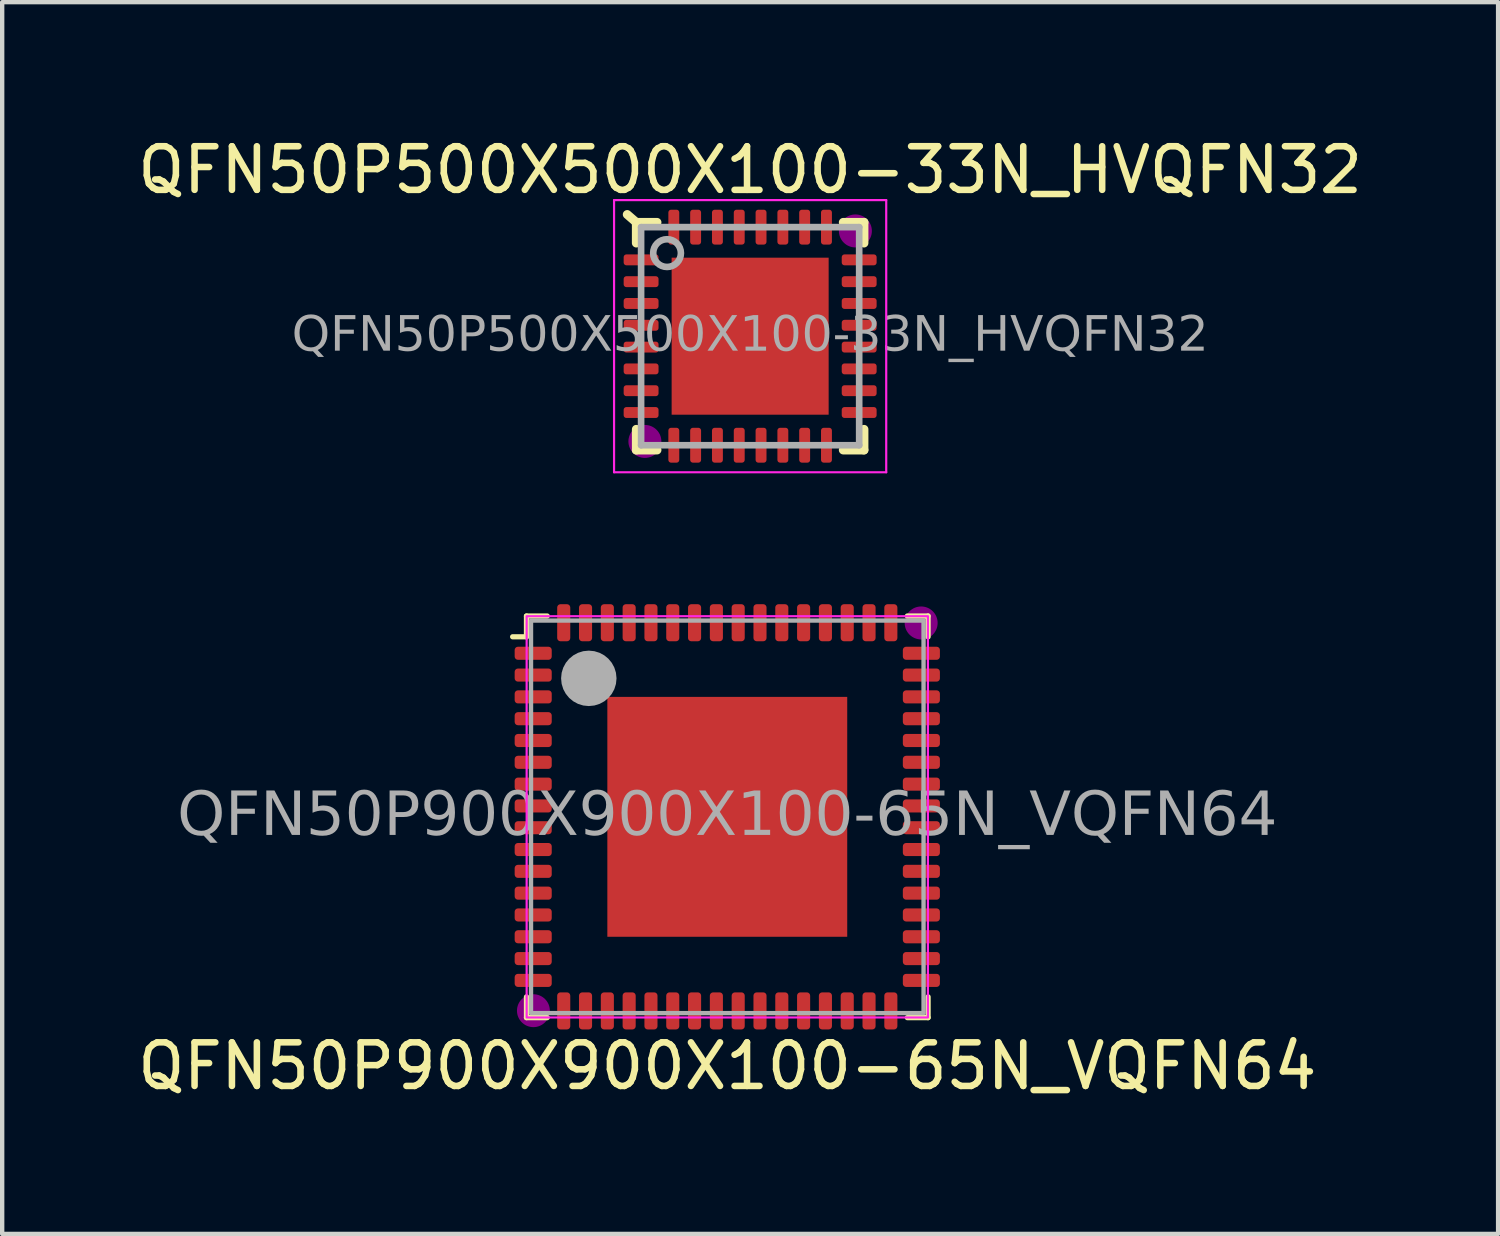
<source format=kicad_pcb>
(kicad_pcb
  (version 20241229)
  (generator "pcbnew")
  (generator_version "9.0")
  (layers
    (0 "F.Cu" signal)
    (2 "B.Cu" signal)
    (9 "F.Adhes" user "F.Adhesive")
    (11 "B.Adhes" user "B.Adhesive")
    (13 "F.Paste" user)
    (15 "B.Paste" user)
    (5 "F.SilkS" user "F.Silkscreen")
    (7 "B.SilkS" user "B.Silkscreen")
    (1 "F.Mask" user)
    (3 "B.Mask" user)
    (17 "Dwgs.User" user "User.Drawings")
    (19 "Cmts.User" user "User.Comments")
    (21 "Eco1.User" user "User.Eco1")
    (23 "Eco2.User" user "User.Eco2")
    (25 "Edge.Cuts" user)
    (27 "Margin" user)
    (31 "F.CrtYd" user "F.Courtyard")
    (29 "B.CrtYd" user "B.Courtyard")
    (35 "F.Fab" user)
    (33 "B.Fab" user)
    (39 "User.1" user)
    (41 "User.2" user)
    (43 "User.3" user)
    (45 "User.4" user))
  (footprint "QFN50P900X900X100-65N_VQFN64"
    (layer "F.Cu")
    (at 13.625 15.678)
    (property "Reference" "QFN50P900X900X100-65N_VQFN64" (at 0 5.715 0) (layer "F.SilkS") (effects (font (size 1 1) (thickness 0.15))))
    (attr smd)
    (fp_line (start -4.921 -4.128) (end -4.604 -4.128) (stroke (width 0.12) (type solid)) (layer "F.SilkS"))
    (fp_line (start -4.604 -4.128) (end -4.604 -4.604) (stroke (width 0.12) (type solid)) (layer "F.SilkS"))
    (fp_line (start -4.604 4.128) (end -4.604 4.604) (stroke (width 0.12) (type solid)) (layer "F.SilkS"))
    (fp_line (start -4.128 -4.604) (end -4.604 -4.604) (stroke (width 0.12) (type solid)) (layer "F.SilkS"))
    (fp_line (start -4.128 4.604) (end -4.604 4.604) (stroke (width 0.12) (type solid)) (layer "F.SilkS"))
    (fp_line (start 4.128 -4.604) (end 4.604 -4.604) (stroke (width 0.12) (type solid)) (layer "F.SilkS"))
    (fp_line (start 4.128 4.604) (end 4.604 4.604) (stroke (width 0.12) (type solid)) (layer "F.SilkS"))
    (fp_line (start 4.604 -4.128) (end 4.604 -4.604) (stroke (width 0.12) (type solid)) (layer "F.SilkS"))
    (fp_line (start 4.604 4.128) (end 4.604 4.604) (stroke (width 0.12) (type solid)) (layer "F.SilkS"))
    (fp_circle (center -4.445 4.445) (end -4.128 4.445) (stroke (width 0.12) (type solid)) (fill yes) (layer "F.Adhes"))
    (fp_circle (center 4.445 -4.445) (end 4.763 -4.445) (stroke (width 0.12) (type solid)) (fill yes) (layer "F.Adhes"))
    (fp_rect (start -4.6 -4.6) (end 4.6 4.6) (stroke (width 0.05) (type default)) (fill no) (layer "F.CrtYd"))
    (fp_rect (start -4.5 -4.5) (end 4.5 4.5) (stroke (width 0.1) (type default)) (fill no) (layer "F.Fab"))
    (fp_circle (center -3.175 -3.175) (end -2.857 -3.175) (stroke (width 0.635) (type solid)) (fill no) (layer "F.Fab"))
    (fp_text user "${REFERENCE}" (at 0 0 0) (layer "F.Fab") (effects (font (face "Tahoma") (size 1 1) (thickness 0.15))))
    (pad "1" smd roundrect (at -4.45 -3.75) (size 0.85 0.3) (layers "F.Cu" "F.Mask" "F.Paste") (roundrect_rratio 0.25))
    (pad "2" smd roundrect (at -4.45 -3.25) (size 0.85 0.3) (layers "F.Cu" "F.Mask" "F.Paste") (roundrect_rratio 0.25))
    (pad "3" smd roundrect (at -4.45 -2.75) (size 0.85 0.3) (layers "F.Cu" "F.Mask" "F.Paste") (roundrect_rratio 0.25))
    (pad "4" smd roundrect (at -4.45 -2.25) (size 0.85 0.3) (layers "F.Cu" "F.Mask" "F.Paste") (roundrect_rratio 0.25))
    (pad "5" smd roundrect (at -4.45 -1.75) (size 0.85 0.3) (layers "F.Cu" "F.Mask" "F.Paste") (roundrect_rratio 0.25))
    (pad "6" smd roundrect (at -4.45 -1.25) (size 0.85 0.3) (layers "F.Cu" "F.Mask" "F.Paste") (roundrect_rratio 0.25))
    (pad "7" smd roundrect (at -4.45 -0.75) (size 0.85 0.3) (layers "F.Cu" "F.Mask" "F.Paste") (roundrect_rratio 0.25))
    (pad "8" smd roundrect (at -4.45 -0.25) (size 0.85 0.3) (layers "F.Cu" "F.Mask" "F.Paste") (roundrect_rratio 0.25))
    (pad "9" smd roundrect (at -4.45 0.25) (size 0.85 0.3) (layers "F.Cu" "F.Mask" "F.Paste") (roundrect_rratio 0.25))
    (pad "10" smd roundrect (at -4.45 0.75) (size 0.85 0.3) (layers "F.Cu" "F.Mask" "F.Paste") (roundrect_rratio 0.25))
    (pad "11" smd roundrect (at -4.45 1.25) (size 0.85 0.3) (layers "F.Cu" "F.Mask" "F.Paste") (roundrect_rratio 0.25))
    (pad "12" smd roundrect (at -4.45 1.75) (size 0.85 0.3) (layers "F.Cu" "F.Mask" "F.Paste") (roundrect_rratio 0.25))
    (pad "13" smd roundrect (at -4.45 2.25) (size 0.85 0.3) (layers "F.Cu" "F.Mask" "F.Paste") (roundrect_rratio 0.25))
    (pad "14" smd roundrect (at -4.45 2.75) (size 0.85 0.3) (layers "F.Cu" "F.Mask" "F.Paste") (roundrect_rratio 0.25))
    (pad "15" smd roundrect (at -4.45 3.25) (size 0.85 0.3) (layers "F.Cu" "F.Mask" "F.Paste") (roundrect_rratio 0.25))
    (pad "16" smd roundrect (at -4.45 3.75) (size 0.85 0.3) (layers "F.Cu" "F.Mask" "F.Paste") (roundrect_rratio 0.25))
    (pad "17" smd roundrect (at -3.75 4.45 90) (size 0.85 0.3) (layers "F.Cu" "F.Mask" "F.Paste") (roundrect_rratio 0.25))
    (pad "18" smd roundrect (at -3.25 4.45 90) (size 0.85 0.3) (layers "F.Cu" "F.Mask" "F.Paste") (roundrect_rratio 0.25))
    (pad "19" smd roundrect (at -2.75 4.45 90) (size 0.85 0.3) (layers "F.Cu" "F.Mask" "F.Paste") (roundrect_rratio 0.25))
    (pad "20" smd roundrect (at -2.25 4.45 90) (size 0.85 0.3) (layers "F.Cu" "F.Mask" "F.Paste") (roundrect_rratio 0.25))
    (pad "21" smd roundrect (at -1.75 4.45 90) (size 0.85 0.3) (layers "F.Cu" "F.Mask" "F.Paste") (roundrect_rratio 0.25))
    (pad "22" smd roundrect (at -1.25 4.45 90) (size 0.85 0.3) (layers "F.Cu" "F.Mask" "F.Paste") (roundrect_rratio 0.25))
    (pad "23" smd roundrect (at -0.75 4.45 90) (size 0.85 0.3) (layers "F.Cu" "F.Mask" "F.Paste") (roundrect_rratio 0.25))
    (pad "24" smd roundrect (at -0.25 4.45 90) (size 0.85 0.3) (layers "F.Cu" "F.Mask" "F.Paste") (roundrect_rratio 0.25))
    (pad "25" smd roundrect (at 0.25 4.45 90) (size 0.85 0.3) (layers "F.Cu" "F.Mask" "F.Paste") (roundrect_rratio 0.25))
    (pad "26" smd roundrect (at 0.75 4.45 90) (size 0.85 0.3) (layers "F.Cu" "F.Mask" "F.Paste") (roundrect_rratio 0.25))
    (pad "27" smd roundrect (at 1.25 4.45 90) (size 0.85 0.3) (layers "F.Cu" "F.Mask" "F.Paste") (roundrect_rratio 0.25))
    (pad "28" smd roundrect (at 1.75 4.45 90) (size 0.85 0.3) (layers "F.Cu" "F.Mask" "F.Paste") (roundrect_rratio 0.25))
    (pad "29" smd roundrect (at 2.25 4.45 90) (size 0.85 0.3) (layers "F.Cu" "F.Mask" "F.Paste") (roundrect_rratio 0.25))
    (pad "30" smd roundrect (at 2.75 4.45 90) (size 0.85 0.3) (layers "F.Cu" "F.Mask" "F.Paste") (roundrect_rratio 0.25))
    (pad "31" smd roundrect (at 3.25 4.45 90) (size 0.85 0.3) (layers "F.Cu" "F.Mask" "F.Paste") (roundrect_rratio 0.25))
    (pad "32" smd roundrect (at 3.75 4.45 90) (size 0.85 0.3) (layers "F.Cu" "F.Mask" "F.Paste") (roundrect_rratio 0.25))
    (pad "33" smd roundrect (at 4.45 3.75) (size 0.85 0.3) (layers "F.Cu" "F.Mask" "F.Paste") (roundrect_rratio 0.25))
    (pad "34" smd roundrect (at 4.45 3.25) (size 0.85 0.3) (layers "F.Cu" "F.Mask" "F.Paste") (roundrect_rratio 0.25))
    (pad "35" smd roundrect (at 4.45 2.75) (size 0.85 0.3) (layers "F.Cu" "F.Mask" "F.Paste") (roundrect_rratio 0.25))
    (pad "36" smd roundrect (at 4.45 2.25) (size 0.85 0.3) (layers "F.Cu" "F.Mask" "F.Paste") (roundrect_rratio 0.25))
    (pad "37" smd roundrect (at 4.45 1.75) (size 0.85 0.3) (layers "F.Cu" "F.Mask" "F.Paste") (roundrect_rratio 0.25))
    (pad "38" smd roundrect (at 4.45 1.25) (size 0.85 0.3) (layers "F.Cu" "F.Mask" "F.Paste") (roundrect_rratio 0.25))
    (pad "39" smd roundrect (at 4.45 0.75) (size 0.85 0.3) (layers "F.Cu" "F.Mask" "F.Paste") (roundrect_rratio 0.25))
    (pad "40" smd roundrect (at 4.45 0.25) (size 0.85 0.3) (layers "F.Cu" "F.Mask" "F.Paste") (roundrect_rratio 0.25))
    (pad "41" smd roundrect (at 4.45 -0.25) (size 0.85 0.3) (layers "F.Cu" "F.Mask" "F.Paste") (roundrect_rratio 0.25))
    (pad "42" smd roundrect (at 4.45 -0.75) (size 0.85 0.3) (layers "F.Cu" "F.Mask" "F.Paste") (roundrect_rratio 0.25))
    (pad "43" smd roundrect (at 4.45 -1.25) (size 0.85 0.3) (layers "F.Cu" "F.Mask" "F.Paste") (roundrect_rratio 0.25))
    (pad "44" smd roundrect (at 4.45 -1.75) (size 0.85 0.3) (layers "F.Cu" "F.Mask" "F.Paste") (roundrect_rratio 0.25))
    (pad "45" smd roundrect (at 4.45 -2.25) (size 0.85 0.3) (layers "F.Cu" "F.Mask" "F.Paste") (roundrect_rratio 0.25))
    (pad "46" smd roundrect (at 4.45 -2.75) (size 0.85 0.3) (layers "F.Cu" "F.Mask" "F.Paste") (roundrect_rratio 0.25))
    (pad "47" smd roundrect (at 4.45 -3.25) (size 0.85 0.3) (layers "F.Cu" "F.Mask" "F.Paste") (roundrect_rratio 0.25))
    (pad "48" smd roundrect (at 4.45 -3.75) (size 0.85 0.3) (layers "F.Cu" "F.Mask" "F.Paste") (roundrect_rratio 0.25))
    (pad "49" smd roundrect (at 3.75 -4.45 90) (size 0.85 0.3) (layers "F.Cu" "F.Mask" "F.Paste") (roundrect_rratio 0.25))
    (pad "50" smd roundrect (at 3.25 -4.45 90) (size 0.85 0.3) (layers "F.Cu" "F.Mask" "F.Paste") (roundrect_rratio 0.25))
    (pad "51" smd roundrect (at 2.75 -4.45 90) (size 0.85 0.3) (layers "F.Cu" "F.Mask" "F.Paste") (roundrect_rratio 0.25))
    (pad "52" smd roundrect (at 2.25 -4.45 90) (size 0.85 0.3) (layers "F.Cu" "F.Mask" "F.Paste") (roundrect_rratio 0.25))
    (pad "53" smd roundrect (at 1.75 -4.45 90) (size 0.85 0.3) (layers "F.Cu" "F.Mask" "F.Paste") (roundrect_rratio 0.25))
    (pad "54" smd roundrect (at 1.25 -4.45 90) (size 0.85 0.3) (layers "F.Cu" "F.Mask" "F.Paste") (roundrect_rratio 0.25))
    (pad "55" smd roundrect (at 0.75 -4.45 90) (size 0.85 0.3) (layers "F.Cu" "F.Mask" "F.Paste") (roundrect_rratio 0.25))
    (pad "56" smd roundrect (at 0.25 -4.45 90) (size 0.85 0.3) (layers "F.Cu" "F.Mask" "F.Paste") (roundrect_rratio 0.25))
    (pad "57" smd roundrect (at -0.25 -4.45 90) (size 0.85 0.3) (layers "F.Cu" "F.Mask" "F.Paste") (roundrect_rratio 0.25))
    (pad "58" smd roundrect (at -0.75 -4.45 90) (size 0.85 0.3) (layers "F.Cu" "F.Mask" "F.Paste") (roundrect_rratio 0.25))
    (pad "59" smd roundrect (at -1.25 -4.45 90) (size 0.85 0.3) (layers "F.Cu" "F.Mask" "F.Paste") (roundrect_rratio 0.25))
    (pad "60" smd roundrect (at -1.75 -4.45 90) (size 0.85 0.3) (layers "F.Cu" "F.Mask" "F.Paste") (roundrect_rratio 0.25))
    (pad "61" smd roundrect (at -2.25 -4.45 90) (size 0.85 0.3) (layers "F.Cu" "F.Mask" "F.Paste") (roundrect_rratio 0.25))
    (pad "62" smd roundrect (at -2.75 -4.45 90) (size 0.85 0.3) (layers "F.Cu" "F.Mask" "F.Paste") (roundrect_rratio 0.25))
    (pad "63" smd roundrect (at -3.25 -4.45 90) (size 0.85 0.3) (layers "F.Cu" "F.Mask" "F.Paste") (roundrect_rratio 0.25))
    (pad "64" smd roundrect (at -3.75 -4.45 90) (size 0.85 0.3) (layers "F.Cu" "F.Mask" "F.Paste") (roundrect_rratio 0.25))
    (pad "65" smd rect (at 0 0) (size 5.5 5.5) (layers "F.Cu" "F.Mask" "F.Paste")))
  (footprint "QFN50P500X500X100-33N_HVQFN32"
    (layer "F.Cu")
    (at 14.149 4.658)
    (property "Reference" "QFN50P500X500X100-33N_HVQFN32" (at 0 -3.81 0) (layer "F.SilkS") (effects (font (size 1 1) (thickness 0.15))))
    (attr smd)
    (fp_line (start -2.61 -2.61) (end -2.818 -2.79) (stroke (width 0.203) (type solid)) (layer "F.SilkS"))
    (fp_line (start -2.61 -2.61) (end -2.61 -2.135) (stroke (width 0.203) (type solid)) (layer "F.SilkS"))
    (fp_line (start -2.61 2.61) (end -2.61 2.135) (stroke (width 0.203) (type solid)) (layer "F.SilkS"))
    (fp_line (start -2.135 -2.61) (end -2.61 -2.61) (stroke (width 0.203) (type solid)) (layer "F.SilkS"))
    (fp_line (start -2.135 2.61) (end -2.61 2.61) (stroke (width 0.203) (type solid)) (layer "F.SilkS"))
    (fp_line (start 2.135 -2.61) (end 2.61 -2.61) (stroke (width 0.203) (type solid)) (layer "F.SilkS"))
    (fp_line (start 2.135 2.61) (end 2.61 2.61) (stroke (width 0.203) (type solid)) (layer "F.SilkS"))
    (fp_line (start 2.61 -2.61) (end 2.61 -2.135) (stroke (width 0.203) (type solid)) (layer "F.SilkS"))
    (fp_line (start 2.61 2.61) (end 2.61 2.135) (stroke (width 0.203) (type solid)) (layer "F.SilkS"))
    (fp_circle (center -2.413 2.413) (end -2.095 2.413) (stroke (width 0.12) (type solid)) (fill yes) (layer "F.Adhes"))
    (fp_circle (center 2.413 -2.413) (end 2.731 -2.413) (stroke (width 0.12) (type solid)) (fill yes) (layer "F.Adhes"))
    (fp_line (start -3.12 -3.12) (end -3.12 3.12) (stroke (width 0.05) (type solid)) (layer "F.CrtYd"))
    (fp_line (start -3.12 3.12) (end 3.12 3.12) (stroke (width 0.05) (type solid)) (layer "F.CrtYd"))
    (fp_line (start 3.12 -3.12) (end -3.12 -3.12) (stroke (width 0.05) (type solid)) (layer "F.CrtYd"))
    (fp_line (start 3.12 3.12) (end 3.12 -3.12) (stroke (width 0.05) (type solid)) (layer "F.CrtYd"))
    (fp_line (start -2.5 -2.5) (end 2.5 -2.5) (stroke (width 0.152) (type solid)) (layer "F.Fab"))
    (fp_line (start -2.5 2.5) (end -2.5 -2.5) (stroke (width 0.152) (type solid)) (layer "F.Fab"))
    (fp_line (start 2.5 -2.5) (end 2.5 2.5) (stroke (width 0.152) (type solid)) (layer "F.Fab"))
    (fp_line (start 2.5 2.5) (end -2.5 2.5) (stroke (width 0.152) (type solid)) (layer "F.Fab"))
    (fp_circle (center -1.905 -1.905) (end -1.587 -1.905) (stroke (width 0.152) (type solid)) (fill no) (layer "F.Fab"))
    (fp_text user "${REFERENCE}" (at 0 0 0) (layer "F.Fab") (effects (font (face "Tahoma") (size 0.8 0.8) (thickness 0.15))))
    (pad "" smd rect (at -1.15 -1.15) (size 0.9 0.9) (layers "F.Paste"))
    (pad "" smd rect (at -1.15 0) (size 0.9 0.9) (layers "F.Paste"))
    (pad "" smd rect (at -1.15 1.15) (size 0.9 0.9) (layers "F.Paste"))
    (pad "" smd rect (at 0 -1.15) (size 0.9 0.9) (layers "F.Paste"))
    (pad "" smd rect (at 0 0) (size 0.9 0.9) (layers "F.Paste"))
    (pad "" smd rect (at 0 1.15) (size 0.9 0.9) (layers "F.Paste"))
    (pad "" smd rect (at 1.15 -1.15) (size 0.9 0.9) (layers "F.Paste"))
    (pad "" smd rect (at 1.15 0) (size 0.9 0.9) (layers "F.Paste"))
    (pad "" smd rect (at 1.15 1.15) (size 0.9 0.9) (layers "F.Paste"))
    (pad "1" smd roundrect (at -2.5 -1.75) (size 0.8 0.25) (layers "F.Cu" "F.Mask" "F.Paste") (roundrect_rratio 0.25))
    (pad "2" smd roundrect (at -2.5 -1.25) (size 0.8 0.25) (layers "F.Cu" "F.Mask" "F.Paste") (roundrect_rratio 0.25))
    (pad "3" smd roundrect (at -2.5 -0.75) (size 0.8 0.25) (layers "F.Cu" "F.Mask" "F.Paste") (roundrect_rratio 0.25))
    (pad "4" smd roundrect (at -2.5 -0.25) (size 0.8 0.25) (layers "F.Cu" "F.Mask" "F.Paste") (roundrect_rratio 0.25))
    (pad "5" smd roundrect (at -2.5 0.25) (size 0.8 0.25) (layers "F.Cu" "F.Mask" "F.Paste") (roundrect_rratio 0.25))
    (pad "6" smd roundrect (at -2.5 0.75) (size 0.8 0.25) (layers "F.Cu" "F.Mask" "F.Paste") (roundrect_rratio 0.25))
    (pad "7" smd roundrect (at -2.5 1.25) (size 0.8 0.25) (layers "F.Cu" "F.Mask" "F.Paste") (roundrect_rratio 0.25))
    (pad "8" smd roundrect (at -2.5 1.75) (size 0.8 0.25) (layers "F.Cu" "F.Mask" "F.Paste") (roundrect_rratio 0.25))
    (pad "9" smd roundrect (at -1.75 2.5) (size 0.25 0.8) (layers "F.Cu" "F.Mask" "F.Paste") (roundrect_rratio 0.25))
    (pad "10" smd roundrect (at -1.25 2.5) (size 0.25 0.8) (layers "F.Cu" "F.Mask" "F.Paste") (roundrect_rratio 0.25))
    (pad "11" smd roundrect (at -0.75 2.5) (size 0.25 0.8) (layers "F.Cu" "F.Mask" "F.Paste") (roundrect_rratio 0.25))
    (pad "12" smd roundrect (at -0.25 2.5) (size 0.25 0.8) (layers "F.Cu" "F.Mask" "F.Paste") (roundrect_rratio 0.25))
    (pad "13" smd roundrect (at 0.25 2.5) (size 0.25 0.8) (layers "F.Cu" "F.Mask" "F.Paste") (roundrect_rratio 0.25))
    (pad "14" smd roundrect (at 0.75 2.5) (size 0.25 0.8) (layers "F.Cu" "F.Mask" "F.Paste") (roundrect_rratio 0.25))
    (pad "15" smd roundrect (at 1.25 2.5) (size 0.25 0.8) (layers "F.Cu" "F.Mask" "F.Paste") (roundrect_rratio 0.25))
    (pad "16" smd roundrect (at 1.75 2.5) (size 0.25 0.8) (layers "F.Cu" "F.Mask" "F.Paste") (roundrect_rratio 0.25))
    (pad "17" smd roundrect (at 2.5 1.75) (size 0.8 0.25) (layers "F.Cu" "F.Mask" "F.Paste") (roundrect_rratio 0.25))
    (pad "18" smd roundrect (at 2.5 1.25) (size 0.8 0.25) (layers "F.Cu" "F.Mask" "F.Paste") (roundrect_rratio 0.25))
    (pad "19" smd roundrect (at 2.5 0.75) (size 0.8 0.25) (layers "F.Cu" "F.Mask" "F.Paste") (roundrect_rratio 0.25))
    (pad "20" smd roundrect (at 2.5 0.25) (size 0.8 0.25) (layers "F.Cu" "F.Mask" "F.Paste") (roundrect_rratio 0.25))
    (pad "21" smd roundrect (at 2.5 -0.25) (size 0.8 0.25) (layers "F.Cu" "F.Mask" "F.Paste") (roundrect_rratio 0.25))
    (pad "22" smd roundrect (at 2.5 -0.75) (size 0.8 0.25) (layers "F.Cu" "F.Mask" "F.Paste") (roundrect_rratio 0.25))
    (pad "23" smd roundrect (at 2.5 -1.25) (size 0.8 0.25) (layers "F.Cu" "F.Mask" "F.Paste") (roundrect_rratio 0.25))
    (pad "24" smd roundrect (at 2.5 -1.75) (size 0.8 0.25) (layers "F.Cu" "F.Mask" "F.Paste") (roundrect_rratio 0.25))
    (pad "25" smd roundrect (at 1.75 -2.5) (size 0.25 0.8) (layers "F.Cu" "F.Mask" "F.Paste") (roundrect_rratio 0.25))
    (pad "26" smd roundrect (at 1.25 -2.5) (size 0.25 0.8) (layers "F.Cu" "F.Mask" "F.Paste") (roundrect_rratio 0.25))
    (pad "27" smd roundrect (at 0.75 -2.5) (size 0.25 0.8) (layers "F.Cu" "F.Mask" "F.Paste") (roundrect_rratio 0.25))
    (pad "28" smd roundrect (at 0.25 -2.5) (size 0.25 0.8) (layers "F.Cu" "F.Mask" "F.Paste") (roundrect_rratio 0.25))
    (pad "29" smd roundrect (at -0.25 -2.5) (size 0.25 0.8) (layers "F.Cu" "F.Mask" "F.Paste") (roundrect_rratio 0.25))
    (pad "30" smd roundrect (at -0.75 -2.5) (size 0.25 0.8) (layers "F.Cu" "F.Mask" "F.Paste") (roundrect_rratio 0.25))
    (pad "31" smd roundrect (at -1.25 -2.5) (size 0.25 0.8) (layers "F.Cu" "F.Mask" "F.Paste") (roundrect_rratio 0.25))
    (pad "32" smd roundrect (at -1.75 -2.5) (size 0.25 0.8) (layers "F.Cu" "F.Mask" "F.Paste") (roundrect_rratio 0.25))
    (pad "33" smd rect (at 0 0) (size 3.6 3.6) (layers "F.Cu" "F.Mask")))
  (gr_rect
    (start -3 -3)
    (end 31.298 25.241)
    (stroke (width 0.1) (type default))
    (fill no)
    (layer "Edge.Cuts")))
</source>
